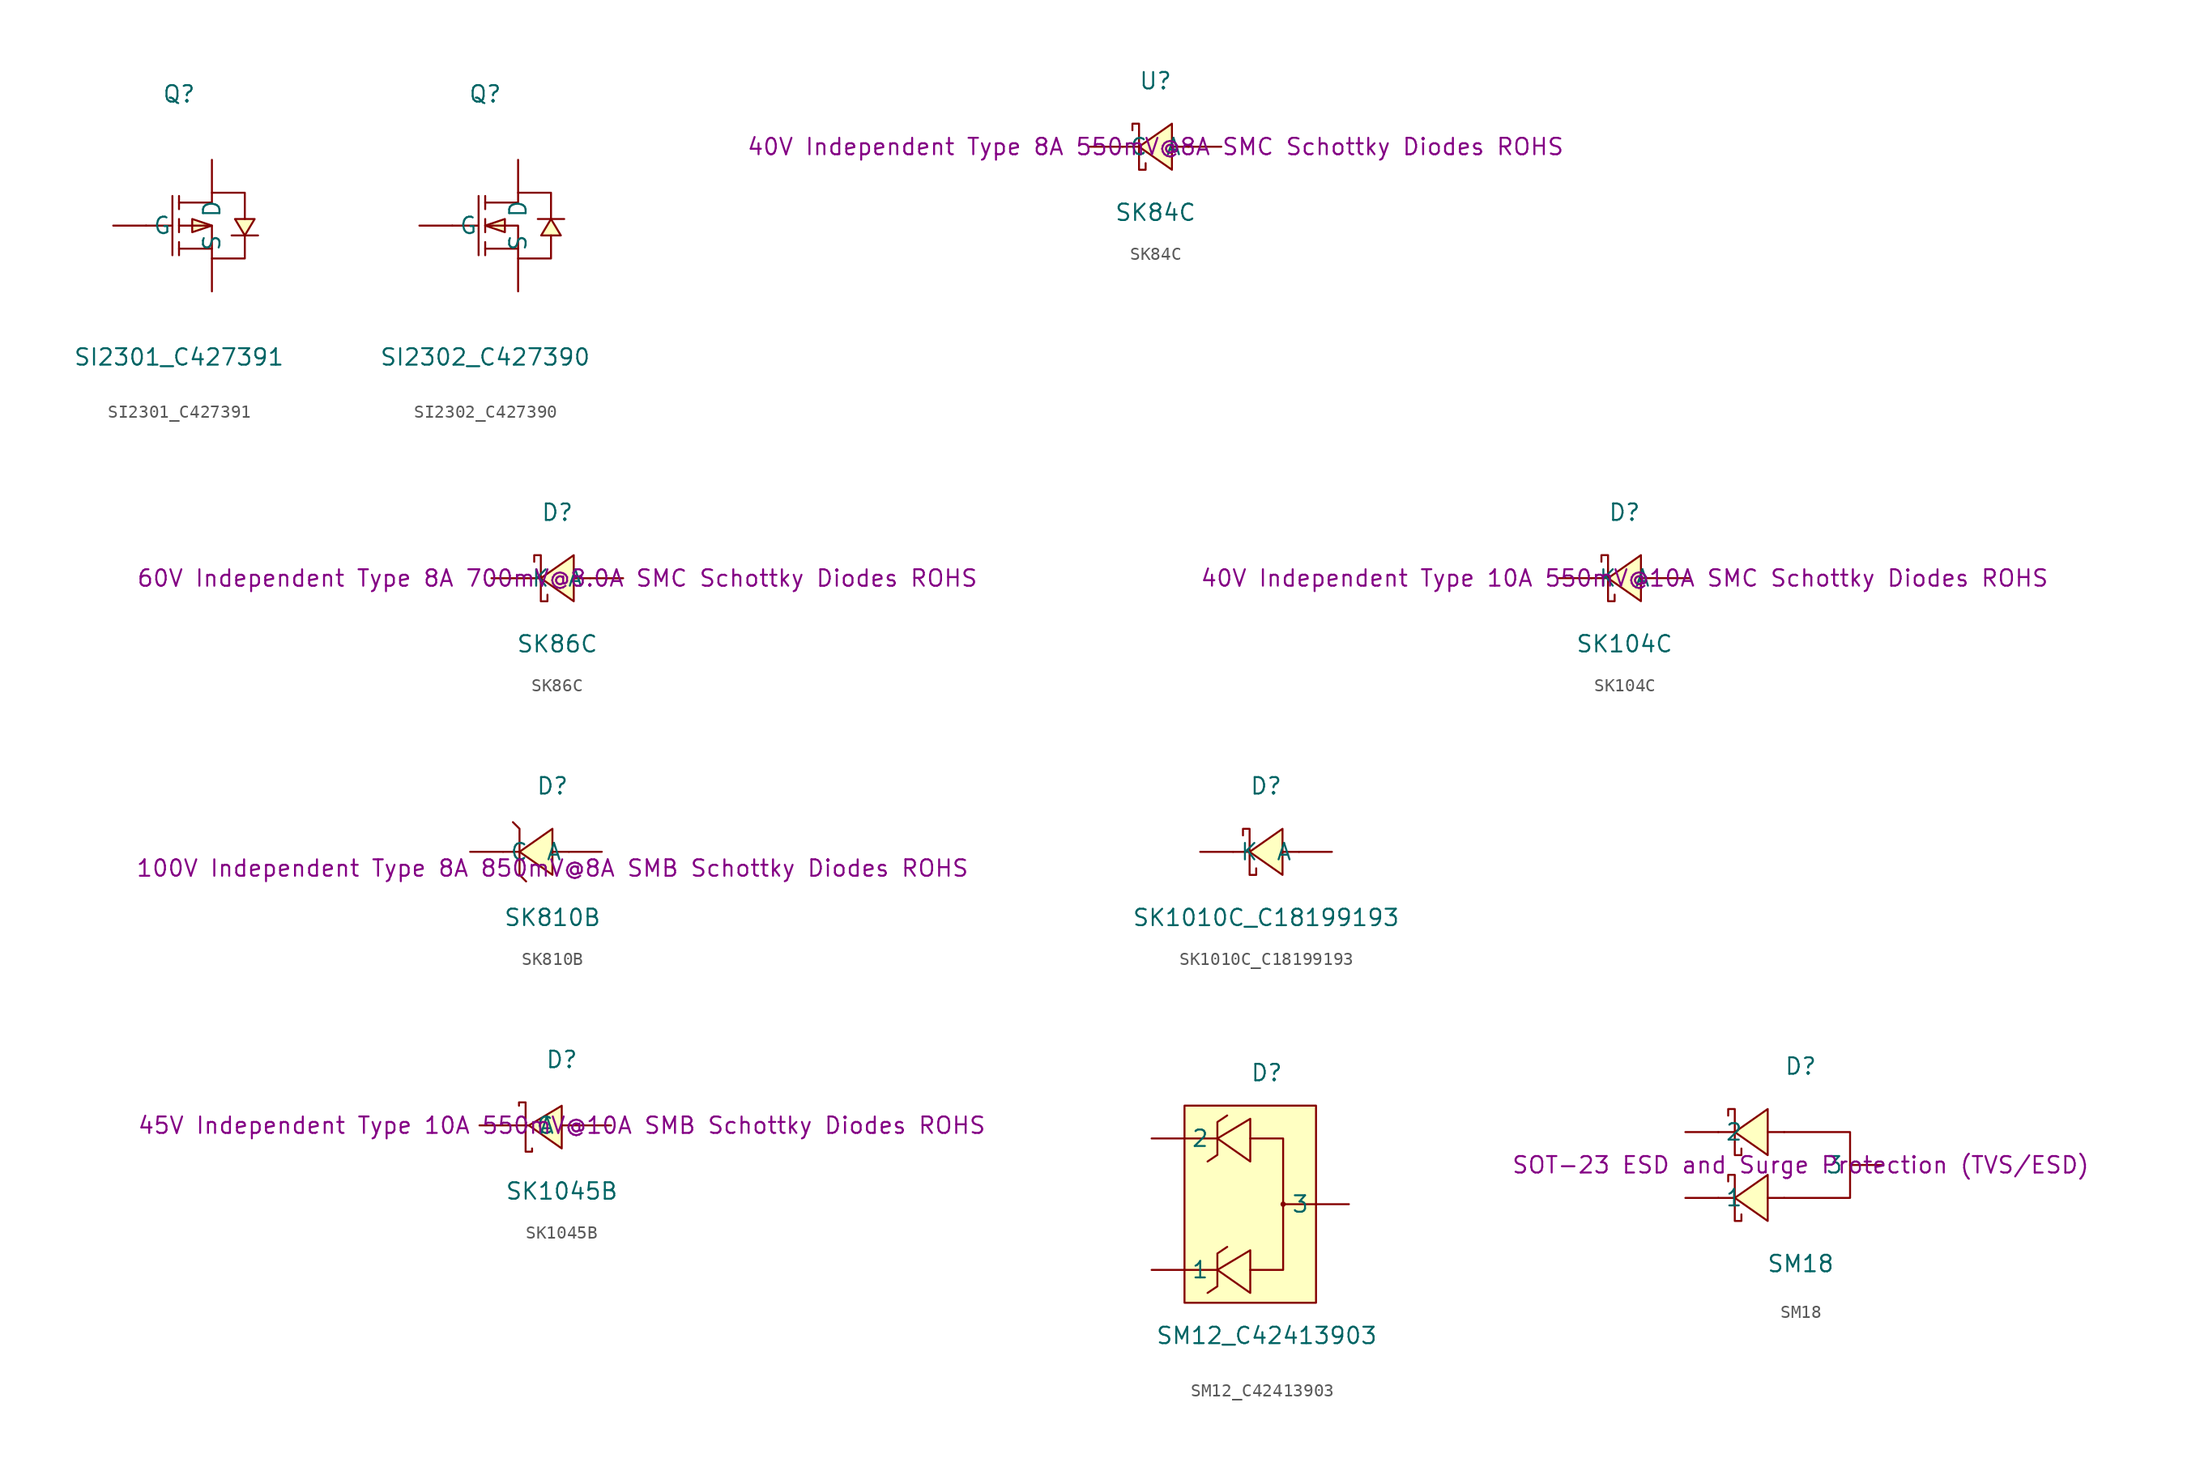
<source format=kicad_sym>
(kicad_symbol_lib
  (version 20241209)
  (generator "kicad_symbol_editor")
  (generator_version "9.0")
  (symbol "SI2301_C427391"
    (pin_numbers
      (hide yes))
    (property "Reference" "Q"
      (at 0 10.16 0)
      (effects (font (size 1.27 1.27))))
    (property "Value" "SI2301_C427391"
      (at 0 -10.16 0)
      (effects (font (size 1.27 1.27))))
    (symbol "SI2301_C427391_0_1"
      (polyline (pts (xy -2.54 0) (xy -0.51 0)) (stroke (width 0) (type default)) (fill (type none)))
      (polyline (pts (xy -0.51 2.29) (xy -0.51 -2.29)) (stroke (width 0) (type default)) (fill (type none)))
      (polyline (pts (xy 0 2.29) (xy 0 1.27)) (stroke (width 0) (type default)) (fill (type none)))
      (polyline (pts (xy 0 1.78) (xy 2.54 1.78) (xy 2.54 2.54) (xy 5.08 2.54) (xy 5.08 0.51)) (stroke (width 0) (type default)) (fill (type none)))
      (polyline (pts (xy 0 0) (xy 2.54 0) (xy 2.54 -2.54) (xy 5.08 -2.54) (xy 5.08 -0.76)) (stroke (width 0) (type default)) (fill (type none)))
      (polyline (pts (xy 0 -0.51) (xy 0 0.51)) (stroke (width 0) (type default)) (fill (type none)))
      (polyline (pts (xy 0 -2.29) (xy 0 -1.27)) (stroke (width 0) (type default)) (fill (type none)))
      (polyline (pts (xy 2.54 0) (xy 1.02 -0.51) (xy 1.02 0.51) (xy 2.54 0)) (stroke (width 0) (type default)) (fill (type background)))
      (polyline (pts (xy 2.54 -1.78) (xy 0 -1.78)) (stroke (width 0) (type default)) (fill (type none)))
      (polyline (pts (xy 5.08 -0.76) (xy 4.32 0.51) (xy 5.84 0.51) (xy 5.08 -0.76)) (stroke (width 0) (type default)) (fill (type background)))
      (polyline (pts (xy 6.1 -0.76) (xy 5.59 -0.76) (xy 4.57 -0.76) (xy 4.06 -0.76)) (stroke (width 0) (type default)) (fill (type none)))
      (pin unspecified line (at -5.08 0 0) (length 2.54) (name "G" (effects (font (size 1.27 1.27)))) (number "1" (effects (font (size 1.27 1.27)))))
      (pin unspecified line (at 2.54 5.08 270) (length 2.54) (name "D" (effects (font (size 1.27 1.27)))) (number "3" (effects (font (size 1.27 1.27)))))
      (pin unspecified line (at 2.54 -5.08 90) (length 2.54) (name "S" (effects (font (size 1.27 1.27)))) (number "2" (effects (font (size 1.27 1.27)))))))
  (symbol "SI2302_C427390"
    (pin_numbers
      (hide yes))
    (property "Reference" "Q"
      (at 0 10.16 0)
      (effects (font (size 1.27 1.27))))
    (property "Value" "SI2302_C427390"
      (at 0 -10.16 0)
      (effects (font (size 1.27 1.27))))
    (symbol "SI2302_C427390_0_1"
      (polyline (pts (xy -2.54 0) (xy -0.51 0)) (stroke (width 0) (type default)) (fill (type none)))
      (polyline (pts (xy -0.51 2.29) (xy -0.51 -2.29)) (stroke (width 0) (type default)) (fill (type none)))
      (polyline (pts (xy 0 2.29) (xy 0 1.27)) (stroke (width 0) (type default)) (fill (type none)))
      (polyline (pts (xy 0 1.78) (xy 2.54 1.78) (xy 2.54 2.54) (xy 5.08 2.54) (xy 5.08 0.51)) (stroke (width 0) (type default)) (fill (type none)))
      (polyline (pts (xy 0 0) (xy 1.52 -0.51) (xy 1.52 0.51) (xy 0 0)) (stroke (width 0) (type default)) (fill (type background)))
      (polyline (pts (xy 0 0) (xy 2.54 0) (xy 2.54 -2.54) (xy 5.08 -2.54) (xy 5.08 -0.76)) (stroke (width 0) (type default)) (fill (type none)))
      (polyline (pts (xy 0 -0.51) (xy 0 0.51)) (stroke (width 0) (type default)) (fill (type none)))
      (polyline (pts (xy 0 -2.29) (xy 0 -1.27)) (stroke (width 0) (type default)) (fill (type none)))
      (polyline (pts (xy 2.54 -1.78) (xy 0 -1.78)) (stroke (width 0) (type default)) (fill (type none)))
      (polyline (pts (xy 5.08 0.51) (xy 4.32 -0.76) (xy 5.84 -0.76) (xy 5.08 0.51)) (stroke (width 0) (type default)) (fill (type background)))
      (polyline (pts (xy 6.1 0.51) (xy 5.59 0.51) (xy 4.57 0.51) (xy 4.06 0.51)) (stroke (width 0) (type default)) (fill (type none)))
      (pin unspecified line (at -5.08 0 0) (length 2.54) (name "G" (effects (font (size 1.27 1.27)))) (number "1" (effects (font (size 1.27 1.27)))))
      (pin unspecified line (at 2.54 5.08 270) (length 2.54) (name "D" (effects (font (size 1.27 1.27)))) (number "3" (effects (font (size 1.27 1.27)))))
      (pin unspecified line (at 2.54 -5.08 90) (length 2.54) (name "S" (effects (font (size 1.27 1.27)))) (number "2" (effects (font (size 1.27 1.27)))))))
  (symbol "SK84C"
    (pin_numbers
      (hide yes))
    (property "Reference" "U"
      (at 0 5.08 0)
      (effects (font (size 1.27 1.27))))
    (property "Value" "SK84C"
      (at 0 -5.08 0)
      (effects (font (size 1.27 1.27))))
    (property "Description" "40V Independent Type 8A 550mV@8A SMC Schottky Diodes ROHS"
      (at 0 0 0)
      (effects (font (size 1.27 1.27))))
    (symbol "SK84C_0_1"
      (polyline (pts (xy -1.78 1.27) (xy -1.78 1.78) (xy -1.27 1.78) (xy -1.27 -1.78) (xy -0.76 -1.78) (xy -0.76 -1.27)) (stroke (width 0) (type default)) (fill (type none)))
      (polyline (pts (xy -1.27 0) (xy -2.54 0)) (stroke (width 0) (type default)) (fill (type none)))
      (polyline (pts (xy 1.27 1.78) (xy -1.27 0) (xy 1.27 -1.78) (xy 1.27 1.78)) (stroke (width 0) (type default)) (fill (type background)))
      (polyline (pts (xy 2.54 0) (xy 1.27 0)) (stroke (width 0) (type default)) (fill (type none)))
      (pin unspecified line (at -5.08 0 0) (length 2.54) (name "C" (effects (font (size 1.27 1.27)))) (number "1" (effects (font (size 1.27 1.27)))))
      (pin unspecified line (at 5.08 0 180) (length 2.54) (name "A" (effects (font (size 1.27 1.27)))) (number "2" (effects (font (size 1.27 1.27)))))))
  (symbol "SK86C"
    (pin_numbers
      (hide yes))
    (property "Reference" "D"
      (at 0 5.08 0)
      (effects (font (size 1.27 1.27))))
    (property "Value" "SK86C"
      (at 0 -5.08 0)
      (effects (font (size 1.27 1.27))))
    (property "Description" "60V Independent Type 8A 700mV@8.0A SMC Schottky Diodes ROHS"
      (at 0 0 0)
      (effects (font (size 1.27 1.27))))
    (symbol "SK86C_0_1"
      (polyline (pts (xy -1.78 1.27) (xy -1.78 1.78) (xy -1.27 1.78) (xy -1.27 -1.78) (xy -0.76 -1.78) (xy -0.76 -1.27)) (stroke (width 0) (type default)) (fill (type none)))
      (polyline (pts (xy -1.27 0) (xy -2.54 0)) (stroke (width 0) (type default)) (fill (type none)))
      (polyline (pts (xy 1.27 1.78) (xy -1.27 0) (xy 1.27 -1.78) (xy 1.27 1.78)) (stroke (width 0) (type default)) (fill (type background)))
      (polyline (pts (xy 2.54 0) (xy 1.27 0)) (stroke (width 0) (type default)) (fill (type none)))
      (pin unspecified line (at -5.08 0 0) (length 2.54) (name "K" (effects (font (size 1.27 1.27)))) (number "1" (effects (font (size 1.27 1.27)))))
      (pin unspecified line (at 5.08 0 180) (length 2.54) (name "A" (effects (font (size 1.27 1.27)))) (number "2" (effects (font (size 1.27 1.27)))))))
  (symbol "SK104C"
    (pin_numbers
      (hide yes))
    (property "Reference" "D"
      (at 0 5.08 0)
      (effects (font (size 1.27 1.27))))
    (property "Value" "SK104C"
      (at 0 -5.08 0)
      (effects (font (size 1.27 1.27))))
    (property "Description" "40V Independent Type 10A 550mV@10A SMC Schottky Diodes ROHS"
      (at 0 0 0)
      (effects (font (size 1.27 1.27))))
    (symbol "SK104C_0_1"
      (polyline (pts (xy -1.78 1.27) (xy -1.78 1.78) (xy -1.27 1.78) (xy -1.27 -1.78) (xy -0.76 -1.78) (xy -0.76 -1.27)) (stroke (width 0) (type default)) (fill (type none)))
      (polyline (pts (xy -1.27 0) (xy -2.54 0)) (stroke (width 0) (type default)) (fill (type none)))
      (polyline (pts (xy 1.27 1.78) (xy -1.27 0) (xy 1.27 -1.78) (xy 1.27 1.78)) (stroke (width 0) (type default)) (fill (type background)))
      (polyline (pts (xy 2.54 0) (xy 1.27 0)) (stroke (width 0) (type default)) (fill (type none)))
      (pin unspecified line (at -5.08 0 0) (length 2.54) (name "K" (effects (font (size 1.27 1.27)))) (number "1" (effects (font (size 1.27 1.27)))))
      (pin unspecified line (at 5.08 0 180) (length 2.54) (name "A" (effects (font (size 1.27 1.27)))) (number "2" (effects (font (size 1.27 1.27)))))))
  (symbol "SK810B"
    (pin_numbers
      (hide yes))
    (property "Reference" "D"
      (at 0 6.35 0)
      (effects (font (size 1.27 1.27))))
    (property "Value" "SK810B"
      (at 0 -3.81 0)
      (effects (font (size 1.27 1.27))))
    (property "Description" "100V Independent Type 8A 850mV@8A SMB Schottky Diodes ROHS"
      (at 0 0 0)
      (effects (font (size 1.27 1.27))))
    (symbol "SK810B_0_1"
      (polyline (pts (xy -2.54 3.05) (xy -3.05 3.56) (xy -2.54 3.05) (xy -2.54 -0.51) (xy -2.03 -1.02) (xy -2.03 -1.02)) (stroke (width 0) (type default)) (fill (type none)))
      (polyline (pts (xy -2.54 1.27) (xy -3.81 1.27)) (stroke (width 0) (type default)) (fill (type none)))
      (polyline (pts (xy 0 3.05) (xy -2.54 1.27) (xy 0 -0.51) (xy 0 3.05)) (stroke (width 0) (type default)) (fill (type background)))
      (polyline (pts (xy 1.27 1.27) (xy 0 1.27)) (stroke (width 0) (type default)) (fill (type none)))
      (pin unspecified line (at -6.35 1.27 0) (length 2.54) (name "C" (effects (font (size 1.27 1.27)))) (number "1" (effects (font (size 1.27 1.27)))))
      (pin unspecified line (at 3.81 1.27 180) (length 2.54) (name "A" (effects (font (size 1.27 1.27)))) (number "2" (effects (font (size 1.27 1.27)))))))
  (symbol "SK1010C_C18199193"
    (pin_numbers
      (hide yes))
    (property "Reference" "D"
      (at 0 5.08 0)
      (effects (font (size 1.27 1.27))))
    (property "Value" "SK1010C_C18199193"
      (at 0 -5.08 0)
      (effects (font (size 1.27 1.27))))
    (symbol "SK1010C_C18199193_0_1"
      (polyline (pts (xy -1.78 1.27) (xy -1.78 1.78) (xy -1.27 1.78) (xy -1.27 -1.78) (xy -0.76 -1.78) (xy -0.76 -1.27)) (stroke (width 0) (type default)) (fill (type none)))
      (polyline (pts (xy -1.27 0) (xy -2.54 0)) (stroke (width 0) (type default)) (fill (type none)))
      (polyline (pts (xy 1.27 1.78) (xy -1.27 0) (xy 1.27 -1.78) (xy 1.27 1.78)) (stroke (width 0) (type default)) (fill (type background)))
      (polyline (pts (xy 2.54 0) (xy 1.27 0)) (stroke (width 0) (type default)) (fill (type none)))
      (pin unspecified line (at -5.08 0 0) (length 2.54) (name "K" (effects (font (size 1.27 1.27)))) (number "1" (effects (font (size 1.27 1.27)))))
      (pin unspecified line (at 5.08 0 180) (length 2.54) (name "A" (effects (font (size 1.27 1.27)))) (number "2" (effects (font (size 1.27 1.27)))))))
  (symbol "SK1045B"
    (pin_numbers
      (hide yes))
    (property "Reference" "D"
      (at 0 5.08 0)
      (effects (font (size 1.27 1.27))))
    (property "Value" "SK1045B"
      (at 0 -5.08 0)
      (effects (font (size 1.27 1.27))))
    (property "Description" "45V Independent Type 10A 550mV@10A SMB Schottky Diodes ROHS"
      (at 0 0 0)
      (effects (font (size 1.27 1.27))))
    (symbol "SK1045B_0_1"
      (polyline (pts (xy -3.3 1.52) (xy -3.3 1.78) (xy -2.79 1.78) (xy -2.79 -2.03) (xy -2.29 -2.03) (xy -2.29 -1.78)) (stroke (width 0) (type default)) (fill (type none)))
      (polyline (pts (xy 0 1.52) (xy -2.54 0) (xy 0 -1.78) (xy 0 1.52)) (stroke (width 0) (type default)) (fill (type background)))
      (pin unspecified line (at -6.35 0 0) (length 3.81) (name "C" (effects (font (size 1.27 1.27)))) (number "1" (effects (font (size 1.27 1.27)))))
      (pin unspecified line (at 3.81 0 180) (length 3.81) (name "A" (effects (font (size 1.27 1.27)))) (number "2" (effects (font (size 1.27 1.27)))))))
  (symbol "SM12_C42413903"
    (pin_numbers
      (hide yes))
    (property "Reference" "D"
      (at 0 10.16 0)
      (effects (font (size 1.27 1.27))))
    (property "Value" "SM12_C42413903"
      (at 0 -10.16 0)
      (effects (font (size 1.27 1.27))))
    (symbol "SM12_C42413903_0_1"
      (rectangle (start -6.35 7.62) (end 3.81 -7.62) (stroke (width 0) (type default)) (fill (type background)))
      (polyline (pts (xy -3.81 5.08) (xy -6.35 5.08)) (stroke (width 0) (type default)) (fill (type none)))
      (polyline (pts (xy -3.81 -5.08) (xy -6.35 -5.08)) (stroke (width 0) (type default)) (fill (type none)))
      (polyline (pts (xy -3.05 6.86) (xy -3.81 6.35) (xy -3.81 3.81) (xy -4.57 3.3)) (stroke (width 0) (type default)) (fill (type none)))
      (polyline (pts (xy -3.05 -3.3) (xy -3.81 -3.81) (xy -3.81 -6.35) (xy -4.57 -6.86)) (stroke (width 0) (type default)) (fill (type none)))
      (polyline (pts (xy -1.27 6.6) (xy -3.81 5.08) (xy -1.27 3.3) (xy -1.27 6.6)) (stroke (width 0) (type default)) (fill (type background)))
      (polyline (pts (xy -1.27 5.08) (xy 1.27 5.08) (xy 1.27 -5.08) (xy -1.27 -5.08)) (stroke (width 0) (type default)) (fill (type none)))
      (polyline (pts (xy -1.27 -3.56) (xy -3.81 -5.08) (xy -1.27 -6.86) (xy -1.27 -3.56)) (stroke (width 0) (type default)) (fill (type background)))
      (polyline (pts (xy 1.27 0) (xy 3.81 0)) (stroke (width 0) (type default)) (fill (type none)))
      (circle (center 1.27 0) (radius 0.13) (stroke (width 0) (type default)) (fill (type none)))
      (pin unspecified line (at -8.89 5.08 0) (length 2.54) (name "2" (effects (font (size 1.27 1.27)))) (number "2" (effects (font (size 1.27 1.27)))))
      (pin unspecified line (at -8.89 -5.08 0) (length 2.54) (name "1" (effects (font (size 1.27 1.27)))) (number "1" (effects (font (size 1.27 1.27)))))
      (pin unspecified line (at 6.35 0 180) (length 2.54) (name "3" (effects (font (size 1.27 1.27)))) (number "3" (effects (font (size 1.27 1.27)))))))
  (symbol "SM18"
    (pin_numbers
      (hide yes))
    (property "Reference" "D"
      (at 0 7.62 0)
      (effects (font (size 1.27 1.27))))
    (property "Value" "SM18"
      (at 0 -7.62 0)
      (effects (font (size 1.27 1.27))))
    (property "Description" "SOT-23 ESD and Surge Protection (TVS/ESD)"
      (at 0 0 0)
      (effects (font (size 1.27 1.27))))
    (symbol "SM18_0_1"
      (polyline (pts (xy -5.59 3.81) (xy -5.59 4.32) (xy -5.08 4.32) (xy -5.08 0.76) (xy -4.57 0.76) (xy -4.57 1.27)) (stroke (width 0) (type default)) (fill (type none)))
      (polyline (pts (xy -5.59 -1.27) (xy -5.59 -0.76) (xy -5.08 -0.76) (xy -5.08 -4.32) (xy -4.57 -4.32) (xy -4.57 -3.81)) (stroke (width 0) (type default)) (fill (type none)))
      (polyline (pts (xy -5.08 2.54) (xy -6.35 2.54)) (stroke (width 0) (type default)) (fill (type none)))
      (polyline (pts (xy -5.08 -2.54) (xy -6.35 -2.54)) (stroke (width 0) (type default)) (fill (type none)))
      (polyline (pts (xy -2.54 4.32) (xy -5.08 2.54) (xy -2.54 0.76) (xy -2.54 4.32)) (stroke (width 0) (type default)) (fill (type background)))
      (polyline (pts (xy -2.54 -0.76) (xy -5.08 -2.54) (xy -2.54 -4.32) (xy -2.54 -0.76)) (stroke (width 0) (type default)) (fill (type background)))
      (polyline (pts (xy -1.27 2.54) (xy -2.54 2.54)) (stroke (width 0) (type default)) (fill (type none)))
      (polyline (pts (xy -1.27 2.54) (xy 3.81 2.54) (xy 3.81 -2.54) (xy -1.27 -2.54)) (stroke (width 0) (type default)) (fill (type none)))
      (polyline (pts (xy -1.27 -2.54) (xy -2.54 -2.54)) (stroke (width 0) (type default)) (fill (type none)))
      (pin unspecified line (at -8.89 2.54 0) (length 2.54) (name "2" (effects (font (size 1.27 1.27)))) (number "2" (effects (font (size 1.27 1.27)))))
      (pin unspecified line (at -8.89 -2.54 0) (length 2.54) (name "1" (effects (font (size 1.27 1.27)))) (number "1" (effects (font (size 1.27 1.27)))))
      (pin unspecified line (at 6.35 0 180) (length 2.54) (name "3" (effects (font (size 1.27 1.27)))) (number "3" (effects (font (size 1.27 1.27))))))))
</source>
